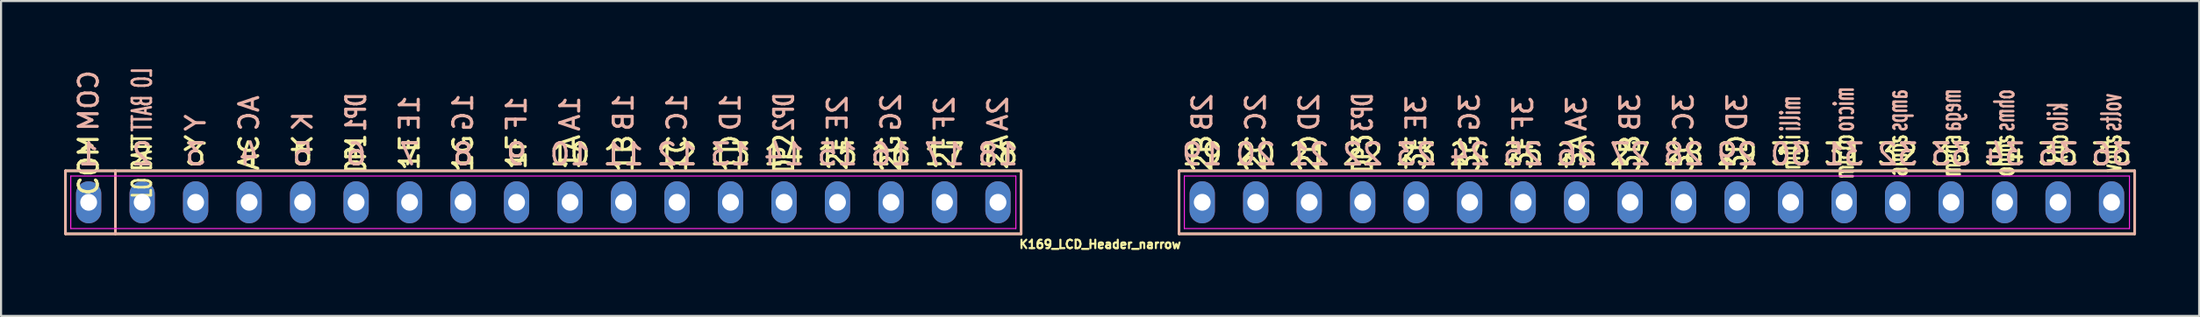
<source format=kicad_pcb>
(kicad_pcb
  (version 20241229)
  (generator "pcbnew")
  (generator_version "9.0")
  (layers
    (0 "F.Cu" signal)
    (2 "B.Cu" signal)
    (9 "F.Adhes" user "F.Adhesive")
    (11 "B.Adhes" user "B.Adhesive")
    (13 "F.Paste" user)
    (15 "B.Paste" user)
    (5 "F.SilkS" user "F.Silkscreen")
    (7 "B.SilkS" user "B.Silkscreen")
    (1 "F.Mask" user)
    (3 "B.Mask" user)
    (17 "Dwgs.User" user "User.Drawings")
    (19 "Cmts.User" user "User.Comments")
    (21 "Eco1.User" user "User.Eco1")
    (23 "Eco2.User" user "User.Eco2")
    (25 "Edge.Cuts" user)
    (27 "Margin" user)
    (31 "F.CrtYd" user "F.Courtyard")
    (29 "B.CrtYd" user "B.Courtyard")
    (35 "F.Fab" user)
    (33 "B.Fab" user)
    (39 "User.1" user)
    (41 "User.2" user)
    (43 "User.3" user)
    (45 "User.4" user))
  (footprint "K169_LCD_Header_narrow"
    (layer "F.Cu")
    (at 49.19 6.577)
    (property "Reference" "K169_LCD_Header_narrow" (at 0 2 0) (layer "F.SilkS") (effects (font (size 0.4 0.4) (thickness 0.1))))
    (attr through_hole)
    (fp_line (start -49.13 -1.5) (end -3.75 -1.5) (stroke (width 0.12) (type solid)) (layer "F.SilkS"))
    (fp_line (start -49.13 1.5) (end -49.13 -1.5) (stroke (width 0.12) (type solid)) (layer "F.SilkS"))
    (fp_line (start -46.76 -1.5) (end -46.76 1.5) (stroke (width 0.12) (type solid)) (layer "F.SilkS"))
    (fp_line (start -3.75 -1.5) (end -3.75 1.5) (stroke (width 0.12) (type solid)) (layer "F.SilkS"))
    (fp_line (start -3.75 1.5) (end -49.13 1.5) (stroke (width 0.12) (type solid)) (layer "F.SilkS"))
    (fp_line (start 3.75 -1.5) (end 3.75 1.5) (stroke (width 0.12) (type solid)) (layer "F.SilkS"))
    (fp_line (start 3.75 -1.5) (end 49.13 -1.5) (stroke (width 0.12) (type solid)) (layer "F.SilkS"))
    (fp_line (start 49.13 -1.5) (end 49.13 1.5) (stroke (width 0.12) (type solid)) (layer "F.SilkS"))
    (fp_line (start 49.13 1.5) (end 3.75 1.5) (stroke (width 0.12) (type solid)) (layer "F.SilkS"))
    (fp_line (start -49.13 -1.5) (end -49.13 1.5) (stroke (width 0.12) (type solid)) (layer "B.SilkS"))
    (fp_line (start -49.13 1.5) (end -3.75 1.5) (stroke (width 0.12) (type solid)) (layer "B.SilkS"))
    (fp_line (start -46.76 1.5) (end -46.76 -1.5) (stroke (width 0.12) (type solid)) (layer "B.SilkS"))
    (fp_line (start -3.75 -1.5) (end -49.13 -1.5) (stroke (width 0.12) (type solid)) (layer "B.SilkS"))
    (fp_line (start -3.75 1.5) (end -3.75 -1.5) (stroke (width 0.12) (type solid)) (layer "B.SilkS"))
    (fp_line (start 3.75 1.5) (end 3.75 -1.5) (stroke (width 0.12) (type solid)) (layer "B.SilkS"))
    (fp_line (start 3.75 1.5) (end 49.13 1.5) (stroke (width 0.12) (type solid)) (layer "B.SilkS"))
    (fp_line (start 49.13 -1.5) (end 3.75 -1.5) (stroke (width 0.12) (type solid)) (layer "B.SilkS"))
    (fp_line (start 49.13 1.5) (end 49.13 -1.5) (stroke (width 0.12) (type solid)) (layer "B.SilkS"))
    (fp_line (start -48.88 -1.25) (end -4 -1.25) (stroke (width 0.05) (type solid)) (layer "F.CrtYd"))
    (fp_line (start -48.88 1.25) (end -48.88 -1.25) (stroke (width 0.05) (type solid)) (layer "F.CrtYd"))
    (fp_line (start -4 -1.25) (end -4 1.25) (stroke (width 0.05) (type solid)) (layer "F.CrtYd"))
    (fp_line (start -4 1.25) (end -48.88 1.25) (stroke (width 0.05) (type solid)) (layer "F.CrtYd"))
    (fp_line (start 4 -1.25) (end 4 1.25) (stroke (width 0.05) (type solid)) (layer "F.CrtYd"))
    (fp_line (start 4 -1.25) (end 48.88 -1.25) (stroke (width 0.05) (type solid)) (layer "F.CrtYd"))
    (fp_line (start 48.88 -1.25) (end 48.88 1.25) (stroke (width 0.05) (type solid)) (layer "F.CrtYd"))
    (fp_line (start 48.88 1.25) (end 4 1.25) (stroke (width 0.05) (type solid)) (layer "F.CrtYd"))
    (fp_text user "micro" (at 35.33 -3.302 270) (layer "F.SilkS") (effects (font (size 0.9 0.5) (thickness 0.125)) (justify right)))
    (fp_text user "26" (at 22.63 -2.286 0) (layer "F.SilkS") (effects (font (size 1 1) (thickness 0.15))))
    (fp_text user "22" (at 12.47 -2.286 0) (layer "F.SilkS") (effects (font (size 1 1) (thickness 0.15))))
    (fp_text user "8" (at -30.25 -2.286 0) (layer "F.SilkS") (effects (font (size 1 1) (thickness 0.15))))
    (fp_text user "1F" (at -27.71 -3.302 270) (layer "F.SilkS") (effects (font (size 0.9 0.9) (thickness 0.15)) (justify right)))
    (fp_text user "2B" (at 4.85 -3.302 270) (layer "F.SilkS") (effects (font (size 0.9 0.9) (thickness 0.15)) (justify right)))
    (fp_text user "14" (at -15.01 -2.286 0) (layer "F.SilkS") (effects (font (size 1 1) (thickness 0.15))))
    (fp_text user "5" (at -37.87 -2.286 0) (layer "F.SilkS") (effects (font (size 1 1) (thickness 0.15))))
    (fp_text user "2F" (at -7.39 -3.302 270) (layer "F.SilkS") (effects (font (size 0.9 0.9) (thickness 0.15)) (justify right)))
    (fp_text user "32" (at 37.87 -2.286 0) (layer "F.SilkS") (effects (font (size 1 1) (thickness 0.15))))
    (fp_text user "2E" (at -12.47 -3.302 270) (layer "F.SilkS") (effects (font (size 0.9 0.9) (thickness 0.15)) (justify right)))
    (fp_text user "25" (at 20.09 -2.286 0) (layer "F.SilkS") (effects (font (size 1 1) (thickness 0.15))))
    (fp_text user "3" (at -42.95 -2.286 0) (layer "F.SilkS") (effects (font (size 1 1) (thickness 0.15))))
    (fp_text user "1E" (at -32.79 -3.302 270) (layer "F.SilkS") (effects (font (size 0.9 0.9) (thickness 0.15)) (justify right)))
    (fp_text user "3D" (at 30.25 -3.302 270) (layer "F.SilkS") (effects (font (size 0.9 0.9) (thickness 0.15)) (justify right)))
    (fp_text user "1B" (at -22.63 -3.302 270) (layer "F.SilkS") (effects (font (size 0.9 0.9) (thickness 0.15)) (justify right)))
    (fp_text user "mega" (at 40.41 -3.302 270) (layer "F.SilkS") (effects (font (size 0.9 0.5) (thickness 0.125)) (justify right)))
    (fp_text user "35" (at 45.49 -2.286 0) (layer "F.SilkS") (effects (font (size 1 1) (thickness 0.15))))
    (fp_text user "3A" (at 22.63 -3.302 270) (layer "F.SilkS") (effects (font (size 0.9 0.9) (thickness 0.15)) (justify right)))
    (fp_text user "16" (at -9.93 -2.286 0) (layer "F.SilkS") (effects (font (size 1 1) (thickness 0.15))))
    (fp_text user "9" (at -27.71 -2.286 0) (layer "F.SilkS") (effects (font (size 1 1) (thickness 0.15))))
    (fp_text user "33" (at 40.41 -2.286 0) (layer "F.SilkS") (effects (font (size 1 1) (thickness 0.15))))
    (fp_text user "17" (at -7.39 -2.286 0) (layer "F.SilkS") (effects (font (size 1 1) (thickness 0.15))))
    (fp_text user "24" (at 17.55 -2.286 0) (layer "F.SilkS") (effects (font (size 1 1) (thickness 0.15))))
    (fp_text user "3C" (at 27.71 -3.302 270) (layer "F.SilkS") (effects (font (size 0.9 0.9) (thickness 0.15)) (justify right)))
    (fp_text user "3G" (at 17.55 -3.302 270) (layer "F.SilkS") (effects (font (size 0.9 0.9) (thickness 0.15)) (justify right)))
    (fp_text user "1A" (at -25.17 -3.302 270) (layer "F.SilkS") (effects (font (size 0.9 0.9) (thickness 0.15)) (justify right)))
    (fp_text user "3E" (at 15.01 -3.302 270) (layer "F.SilkS") (effects (font (size 0.9 0.9) (thickness 0.15)) (justify right)))
    (fp_text user "11" (at -22.63 -2.286 0) (layer "F.SilkS") (effects (font (size 1 1) (thickness 0.15))))
    (fp_text user "15" (at -12.47 -2.286 0) (layer "F.SilkS") (effects (font (size 1 1) (thickness 0.15))))
    (fp_text user "28" (at 27.71 -2.286 0) (layer "F.SilkS") (effects (font (size 1 1) (thickness 0.15))))
    (fp_text user "12" (at -20.09 -2.286 0) (layer "F.SilkS") (effects (font (size 1 1) (thickness 0.15))))
    (fp_text user "2G" (at -9.93 -3.302 270) (layer "F.SilkS") (effects (font (size 0.9 0.9) (thickness 0.15)) (justify right)))
    (fp_text user "3F" (at 20.09 -3.302 270) (layer "F.SilkS") (effects (font (size 0.9 0.9) (thickness 0.15)) (justify right)))
    (fp_text user "ohms" (at 42.95 -3.302 270) (layer "F.SilkS") (effects (font (size 0.9 0.5) (thickness 0.125)) (justify right)))
    (fp_text user "1C" (at -20.09 -3.302 270) (layer "F.SilkS") (effects (font (size 0.9 0.9) (thickness 0.15)) (justify right)))
    (fp_text user "2D" (at 9.93 -3.302 270) (layer "F.SilkS") (effects (font (size 0.9 0.9) (thickness 0.15)) (justify right)))
    (fp_text user "milli" (at 32.79 -3.302 270) (layer "F.SilkS") (effects (font (size 0.9 0.5) (thickness 0.125)) (justify right)))
    (fp_text user "21" (at 9.93 -2.286 0) (layer "F.SilkS") (effects (font (size 1 1) (thickness 0.15))))
    (fp_text user "volts" (at 48.03 -3.302 270) (layer "F.SilkS") (effects (font (size 0.9 0.5) (thickness 0.125)) (justify right)))
    (fp_text user "29" (at 30.25 -2.286 0) (layer "F.SilkS") (effects (font (size 1 1) (thickness 0.15))))
    (fp_text user "6" (at -35.33 -2.286 0) (layer "F.SilkS") (effects (font (size 1 1) (thickness 0.15))))
    (fp_text user "K" (at -37.87 -3.302 270) (layer "F.SilkS") (effects (font (size 0.9 0.9) (thickness 0.15)) (justify right)))
    (fp_text user "31" (at 35.33 -2.286 0) (layer "F.SilkS") (effects (font (size 1 1) (thickness 0.15))))
    (fp_text user "36" (at 48.03 -2.286 0) (layer "F.SilkS") (effects (font (size 1 1) (thickness 0.15))))
    (fp_text user "3B" (at 25.17 -3.302 270) (layer "F.SilkS") (effects (font (size 0.9 0.9) (thickness 0.15)) (justify right)))
    (fp_text user "1" (at -48.03 -2.286 0) (layer "F.SilkS") (effects (font (size 1 1) (thickness 0.15))))
    (fp_text user "27" (at 25.17 -2.286 0) (layer "F.SilkS") (effects (font (size 1 1) (thickness 0.15))))
    (fp_text user "34" (at 42.95 -2.286 0) (layer "F.SilkS") (effects (font (size 1 1) (thickness 0.15))))
    (fp_text user "13" (at -17.55 -2.286 0) (layer "F.SilkS") (effects (font (size 1 1) (thickness 0.15))))
    (fp_text user "Y" (at -42.95 -3.302 270) (layer "F.SilkS") (effects (font (size 0.9 0.9) (thickness 0.15)) (justify right)))
    (fp_text user "7" (at -32.79 -2.286 0) (layer "F.SilkS") (effects (font (size 1 1) (thickness 0.15))))
    (fp_text user "AC" (at -40.41 -3.302 270) (layer "F.SilkS") (effects (font (size 0.9 0.9) (thickness 0.15)) (justify right)))
    (fp_text user "LO BATT" (at -45.49 -3.302 270) (layer "F.SilkS") (effects (font (size 0.9 0.5) (thickness 0.125)) (justify right)))
    (fp_text user "2" (at -45.49 -2.286 0) (layer "F.SilkS") (effects (font (size 1 1) (thickness 0.15))))
    (fp_text user "4" (at -40.41 -2.286 0) (layer "F.SilkS") (effects (font (size 1 1) (thickness 0.15))))
    (fp_text user "kilo" (at 45.49 -3.302 270) (layer "F.SilkS") (effects (font (size 0.9 0.5) (thickness 0.125)) (justify right)))
    (fp_text user "amps" (at 37.87 -3.302 270) (layer "F.SilkS") (effects (font (size 0.9 0.5) (thickness 0.125)) (justify right)))
    (fp_text user "COM" (at -48.03 -3.302 270) (layer "F.SilkS") (effects (font (size 0.9 0.9) (thickness 0.15)) (justify right)))
    (fp_text user "1D" (at -17.55 -3.302 270) (layer "F.SilkS") (effects (font (size 0.9 0.9) (thickness 0.15)) (justify right)))
    (fp_text user "2C" (at 7.39 -3.302 270) (layer "F.SilkS") (effects (font (size 0.9 0.9) (thickness 0.15)) (justify right)))
    (fp_text user "18" (at -4.85 -2.286 0) (layer "F.SilkS") (effects (font (size 1 1) (thickness 0.15))))
    (fp_text user "DP3" (at 12.47 -3.302 270) (layer "F.SilkS") (effects (font (size 0.9 0.6) (thickness 0.15)) (justify right)))
    (fp_text user "2A" (at -4.85 -3.302 270) (layer "F.SilkS") (effects (font (size 0.9 0.9) (thickness 0.15)) (justify right)))
    (fp_text user "1G" (at -30.25 -3.302 270) (layer "F.SilkS") (effects (font (size 0.9 0.9) (thickness 0.15)) (justify right)))
    (fp_text user "DP2" (at -15.01 -3.302 270) (layer "F.SilkS") (effects (font (size 0.9 0.6) (thickness 0.15)) (justify right)))
    (fp_text user "10" (at -25.17 -2.286 0) (layer "F.SilkS") (effects (font (size 1 1) (thickness 0.15))))
    (fp_text user "20" (at 7.39 -2.286 0) (layer "F.SilkS") (effects (font (size 1 1) (thickness 0.15))))
    (fp_text user "23" (at 15.01 -2.286 0) (layer "F.SilkS") (effects (font (size 1 1) (thickness 0.15))))
    (fp_text user "19" (at 4.85 -2.286 0) (layer "F.SilkS") (effects (font (size 1 1) (thickness 0.15))))
    (fp_text user "30" (at 32.79 -2.286 0) (layer "F.SilkS") (effects (font (size 1 1) (thickness 0.15))))
    (fp_text user "DP1" (at -35.33 -3.302 270) (layer "F.SilkS") (effects (font (size 0.9 0.6) (thickness 0.15)) (justify right)))
    (fp_text user "15" (at -12.47 -2.286 0) (layer "B.SilkS") (effects (font (size 1 1) (thickness 0.15)) (justify mirror)))
    (fp_text user "3C" (at 27.71 -3.302 90) (layer "B.SilkS") (effects (font (size 0.9 0.9) (thickness 0.15)) (justify right mirror)))
    (fp_text user "COM" (at -48.03 -3.302 90) (layer "B.SilkS") (effects (font (size 0.9 0.9) (thickness 0.15)) (justify right mirror)))
    (fp_text user "19" (at 4.85 -2.286 0) (layer "B.SilkS") (effects (font (size 1 1) (thickness 0.15)) (justify mirror)))
    (fp_text user "DP2" (at -15.01 -3.302 90) (layer "B.SilkS") (effects (font (size 0.9 0.6) (thickness 0.15)) (justify right mirror)))
    (fp_text user "milli" (at 32.79 -3.302 90) (layer "B.SilkS") (effects (font (size 0.9 0.5) (thickness 0.125)) (justify right mirror)))
    (fp_text user "kilo" (at 45.49 -3.302 90) (layer "B.SilkS") (effects (font (size 0.9 0.5) (thickness 0.125)) (justify right mirror)))
    (fp_text user "1" (at -48.03 -2.286 0) (layer "B.SilkS") (effects (font (size 1 1) (thickness 0.15)) (justify mirror)))
    (fp_text user "7" (at -32.79 -2.286 0) (layer "B.SilkS") (effects (font (size 1 1) (thickness 0.15)) (justify mirror)))
    (fp_text user "1F" (at -27.71 -3.302 90) (layer "B.SilkS") (effects (font (size 0.9 0.9) (thickness 0.15)) (justify right mirror)))
    (fp_text user "1B" (at -22.63 -3.302 90) (layer "B.SilkS") (effects (font (size 0.9 0.9) (thickness 0.15)) (justify right mirror)))
    (fp_text user "1A" (at -25.17 -3.302 90) (layer "B.SilkS") (effects (font (size 0.9 0.9) (thickness 0.15)) (justify right mirror)))
    (fp_text user "3G" (at 17.55 -3.302 90) (layer "B.SilkS") (effects (font (size 0.9 0.9) (thickness 0.15)) (justify right mirror)))
    (fp_text user "3D" (at 30.25 -3.302 90) (layer "B.SilkS") (effects (font (size 0.9 0.9) (thickness 0.15)) (justify right mirror)))
    (fp_text user "2C" (at 7.39 -3.302 90) (layer "B.SilkS") (effects (font (size 0.9 0.9) (thickness 0.15)) (justify right mirror)))
    (fp_text user "12" (at -20.09 -2.286 0) (layer "B.SilkS") (effects (font (size 1 1) (thickness 0.15)) (justify mirror)))
    (fp_text user "volts" (at 48.03 -3.302 90) (layer "B.SilkS") (effects (font (size 0.9 0.5) (thickness 0.125)) (justify right mirror)))
    (fp_text user "22" (at 12.47 -2.286 0) (layer "B.SilkS") (effects (font (size 1 1) (thickness 0.15)) (justify mirror)))
    (fp_text user "28" (at 27.71 -2.286 0) (layer "B.SilkS") (effects (font (size 1 1) (thickness 0.15)) (justify mirror)))
    (fp_text user "16" (at -9.93 -2.286 0) (layer "B.SilkS") (effects (font (size 1 1) (thickness 0.15)) (justify mirror)))
    (fp_text user "17" (at -7.39 -2.286 0) (layer "B.SilkS") (effects (font (size 1 1) (thickness 0.15)) (justify mirror)))
    (fp_text user "3E" (at 15.01 -3.302 90) (layer "B.SilkS") (effects (font (size 0.9 0.9) (thickness 0.15)) (justify right mirror)))
    (fp_text user "2B" (at 4.85 -3.302 90) (layer "B.SilkS") (effects (font (size 0.9 0.9) (thickness 0.15)) (justify right mirror)))
    (fp_text user "mega" (at 40.41 -3.302 90) (layer "B.SilkS") (effects (font (size 0.9 0.5) (thickness 0.125)) (justify right mirror)))
    (fp_text user "K" (at -37.87 -3.302 90) (layer "B.SilkS") (effects (font (size 0.9 0.9) (thickness 0.15)) (justify right mirror)))
    (fp_text user "14" (at -15.01 -2.286 0) (layer "B.SilkS") (effects (font (size 1 1) (thickness 0.15)) (justify mirror)))
    (fp_text user "18" (at -4.85 -2.286 0) (layer "B.SilkS") (effects (font (size 1 1) (thickness 0.15)) (justify mirror)))
    (fp_text user "35" (at 45.49 -2.286 0) (layer "B.SilkS") (effects (font (size 1 1) (thickness 0.15)) (justify mirror)))
    (fp_text user "2F" (at -7.39 -3.302 90) (layer "B.SilkS") (effects (font (size 0.9 0.9) (thickness 0.15)) (justify right mirror)))
    (fp_text user "26" (at 22.63 -2.286 0) (layer "B.SilkS") (effects (font (size 1 1) (thickness 0.15)) (justify mirror)))
    (fp_text user "9" (at -27.71 -2.286 0) (layer "B.SilkS") (effects (font (size 1 1) (thickness 0.15)) (justify mirror)))
    (fp_text user "3" (at -42.95 -2.286 0) (layer "B.SilkS") (effects (font (size 1 1) (thickness 0.15)) (justify mirror)))
    (fp_text user "3F" (at 20.09 -3.302 90) (layer "B.SilkS") (effects (font (size 0.9 0.9) (thickness 0.15)) (justify right mirror)))
    (fp_text user "11" (at -22.63 -2.286 0) (layer "B.SilkS") (effects (font (size 1 1) (thickness 0.15)) (justify mirror)))
    (fp_text user "amps" (at 37.87 -3.302 90) (layer "B.SilkS") (effects (font (size 0.9 0.5) (thickness 0.125)) (justify right mirror)))
    (fp_text user "DP3" (at 12.47 -3.302 90) (layer "B.SilkS") (effects (font (size 0.9 0.6) (thickness 0.15)) (justify right mirror)))
    (fp_text user "4" (at -40.41 -2.286 0) (layer "B.SilkS") (effects (font (size 1 1) (thickness 0.15)) (justify mirror)))
    (fp_text user "1G" (at -30.25 -3.302 90) (layer "B.SilkS") (effects (font (size 0.9 0.9) (thickness 0.15)) (justify right mirror)))
    (fp_text user "2D" (at 9.93 -3.302 90) (layer "B.SilkS") (effects (font (size 0.9 0.9) (thickness 0.15)) (justify right mirror)))
    (fp_text user "23" (at 15.01 -2.286 0) (layer "B.SilkS") (effects (font (size 1 1) (thickness 0.15)) (justify mirror)))
    (fp_text user "20" (at 7.39 -2.286 0) (layer "B.SilkS") (effects (font (size 1 1) (thickness 0.15)) (justify mirror)))
    (fp_text user "AC" (at -40.41 -3.302 90) (layer "B.SilkS") (effects (font (size 0.9 0.9) (thickness 0.15)) (justify right mirror)))
    (fp_text user "29" (at 30.25 -2.286 0) (layer "B.SilkS") (effects (font (size 1 1) (thickness 0.15)) (justify mirror)))
    (fp_text user "6" (at -35.33 -2.286 0) (layer "B.SilkS") (effects (font (size 1 1) (thickness 0.15)) (justify mirror)))
    (fp_text user "2A" (at -4.85 -3.302 90) (layer "B.SilkS") (effects (font (size 0.9 0.9) (thickness 0.15)) (justify right mirror)))
    (fp_text user "3A" (at 22.63 -3.302 90) (layer "B.SilkS") (effects (font (size 0.9 0.9) (thickness 0.15)) (justify right mirror)))
    (fp_text user "DP1" (at -35.33 -3.302 90) (layer "B.SilkS") (effects (font (size 0.9 0.6) (thickness 0.15)) (justify right mirror)))
    (fp_text user "2" (at -45.49 -2.286 0) (layer "B.SilkS") (effects (font (size 1 1) (thickness 0.15)) (justify mirror)))
    (fp_text user "1E" (at -32.79 -3.302 90) (layer "B.SilkS") (effects (font (size 0.9 0.9) (thickness 0.15)) (justify right mirror)))
    (fp_text user "30" (at 32.79 -2.286 0) (layer "B.SilkS") (effects (font (size 1 1) (thickness 0.15)) (justify mirror)))
    (fp_text user "27" (at 25.17 -2.286 0) (layer "B.SilkS") (effects (font (size 1 1) (thickness 0.15)) (justify mirror)))
    (fp_text user "2G" (at -9.93 -3.302 90) (layer "B.SilkS") (effects (font (size 0.9 0.9) (thickness 0.15)) (justify right mirror)))
    (fp_text user "micro" (at 35.33 -3.302 90) (layer "B.SilkS") (effects (font (size 0.9 0.5) (thickness 0.125)) (justify right mirror)))
    (fp_text user "33" (at 40.41 -2.286 0) (layer "B.SilkS") (effects (font (size 1 1) (thickness 0.15)) (justify mirror)))
    (fp_text user "31" (at 35.33 -2.286 0) (layer "B.SilkS") (effects (font (size 1 1) (thickness 0.15)) (justify mirror)))
    (fp_text user "8" (at -30.25 -2.286 0) (layer "B.SilkS") (effects (font (size 1 1) (thickness 0.15)) (justify mirror)))
    (fp_text user "5" (at -37.87 -2.286 0) (layer "B.SilkS") (effects (font (size 1 1) (thickness 0.15)) (justify mirror)))
    (fp_text user "32" (at 37.87 -2.286 0) (layer "B.SilkS") (effects (font (size 1 1) (thickness 0.15)) (justify mirror)))
    (fp_text user "36" (at 48.03 -2.286 0) (layer "B.SilkS") (effects (font (size 1 1) (thickness 0.15)) (justify mirror)))
    (fp_text user "25" (at 20.09 -2.286 0) (layer "B.SilkS") (effects (font (size 1 1) (thickness 0.15)) (justify mirror)))
    (fp_text user "2E" (at -12.47 -3.302 90) (layer "B.SilkS") (effects (font (size 0.9 0.9) (thickness 0.15)) (justify right mirror)))
    (fp_text user "Y" (at -42.95 -3.302 90) (layer "B.SilkS") (effects (font (size 0.9 0.9) (thickness 0.15)) (justify right mirror)))
    (fp_text user "34" (at 42.95 -2.286 0) (layer "B.SilkS") (effects (font (size 1 1) (thickness 0.15)) (justify mirror)))
    (fp_text user "21" (at 9.93 -2.286 0) (layer "B.SilkS") (effects (font (size 1 1) (thickness 0.15)) (justify mirror)))
    (fp_text user "1D" (at -17.55 -3.302 90) (layer "B.SilkS") (effects (font (size 0.9 0.9) (thickness 0.15)) (justify right mirror)))
    (fp_text user "13" (at -17.55 -2.286 0) (layer "B.SilkS") (effects (font (size 1 1) (thickness 0.15)) (justify mirror)))
    (fp_text user "ohms" (at 42.95 -3.302 90) (layer "B.SilkS") (effects (font (size 0.9 0.5) (thickness 0.125)) (justify right mirror)))
    (fp_text user "1C" (at -20.09 -3.302 90) (layer "B.SilkS") (effects (font (size 0.9 0.9) (thickness 0.15)) (justify right mirror)))
    (fp_text user "LO BATT" (at -45.49 -3.302 90) (layer "B.SilkS") (effects (font (size 0.9 0.5) (thickness 0.125)) (justify right mirror)))
    (fp_text user "10" (at -25.17 -2.286 0) (layer "B.SilkS") (effects (font (size 1 1) (thickness 0.15)) (justify mirror)))
    (fp_text user "3B" (at 25.17 -3.302 90) (layer "B.SilkS") (effects (font (size 0.9 0.9) (thickness 0.15)) (justify right mirror)))
    (fp_text user "24" (at 17.55 -2.286 0) (layer "B.SilkS") (effects (font (size 1 1) (thickness 0.15)) (justify mirror)))
    (pad "1" thru_hole oval (at -48.03 0) (size 1.2 2) (drill 0.8) (layers "*.Cu" "*.Mask"))
    (pad "2" thru_hole oval (at -45.49 0) (size 1.2 2) (drill 0.8) (layers "*.Cu" "*.Mask"))
    (pad "3" thru_hole oval (at -42.95 0) (size 1.2 2) (drill 0.8) (layers "*.Cu" "*.Mask"))
    (pad "4" thru_hole oval (at -40.41 0) (size 1.2 2) (drill 0.8) (layers "*.Cu" "*.Mask"))
    (pad "5" thru_hole oval (at -37.87 0) (size 1.2 2) (drill 0.8) (layers "*.Cu" "*.Mask"))
    (pad "6" thru_hole oval (at -35.33 0) (size 1.2 2) (drill 0.8) (layers "*.Cu" "*.Mask"))
    (pad "7" thru_hole oval (at -32.79 0) (size 1.2 2) (drill 0.8) (layers "*.Cu" "*.Mask"))
    (pad "8" thru_hole oval (at -30.25 0) (size 1.2 2) (drill 0.8) (layers "*.Cu" "*.Mask"))
    (pad "9" thru_hole oval (at -27.71 0) (size 1.2 2) (drill 0.8) (layers "*.Cu" "*.Mask"))
    (pad "10" thru_hole oval (at -25.17 0) (size 1.2 2) (drill 0.8) (layers "*.Cu" "*.Mask"))
    (pad "11" thru_hole oval (at -22.63 0) (size 1.2 2) (drill 0.8) (layers "*.Cu" "*.Mask"))
    (pad "12" thru_hole oval (at -20.09 0) (size 1.2 2) (drill 0.8) (layers "*.Cu" "*.Mask"))
    (pad "13" thru_hole oval (at -17.55 0) (size 1.2 2) (drill 0.8) (layers "*.Cu" "*.Mask"))
    (pad "14" thru_hole oval (at -15.01 0) (size 1.2 2) (drill 0.8) (layers "*.Cu" "*.Mask"))
    (pad "15" thru_hole oval (at -12.47 0) (size 1.2 2) (drill 0.8) (layers "*.Cu" "*.Mask"))
    (pad "16" thru_hole oval (at -9.93 0) (size 1.2 2) (drill 0.8) (layers "*.Cu" "*.Mask"))
    (pad "17" thru_hole oval (at -7.39 0) (size 1.2 2) (drill 0.8) (layers "*.Cu" "*.Mask"))
    (pad "18" thru_hole oval (at -4.85 0) (size 1.2 2) (drill 0.8) (layers "*.Cu" "*.Mask"))
    (pad "19" thru_hole oval (at 4.85 0) (size 1.2 2) (drill 0.8) (layers "*.Cu" "*.Mask"))
    (pad "20" thru_hole oval (at 7.39 0) (size 1.2 2) (drill 0.8) (layers "*.Cu" "*.Mask"))
    (pad "21" thru_hole oval (at 9.93 0) (size 1.2 2) (drill 0.8) (layers "*.Cu" "*.Mask"))
    (pad "22" thru_hole oval (at 12.47 0) (size 1.2 2) (drill 0.8) (layers "*.Cu" "*.Mask"))
    (pad "23" thru_hole oval (at 15.01 0) (size 1.2 2) (drill 0.8) (layers "*.Cu" "*.Mask"))
    (pad "24" thru_hole oval (at 17.55 0) (size 1.2 2) (drill 0.8) (layers "*.Cu" "*.Mask"))
    (pad "25" thru_hole oval (at 20.09 0) (size 1.2 2) (drill 0.8) (layers "*.Cu" "*.Mask"))
    (pad "26" thru_hole oval (at 22.63 0) (size 1.2 2) (drill 0.8) (layers "*.Cu" "*.Mask"))
    (pad "27" thru_hole oval (at 25.17 0) (size 1.2 2) (drill 0.8) (layers "*.Cu" "*.Mask"))
    (pad "28" thru_hole oval (at 27.71 0) (size 1.2 2) (drill 0.8) (layers "*.Cu" "*.Mask"))
    (pad "29" thru_hole oval (at 30.25 0) (size 1.2 2) (drill 0.8) (layers "*.Cu" "*.Mask"))
    (pad "30" thru_hole oval (at 32.79 0) (size 1.2 2) (drill 0.8) (layers "*.Cu" "*.Mask"))
    (pad "31" thru_hole oval (at 35.33 0) (size 1.2 2) (drill 0.8) (layers "*.Cu" "*.Mask"))
    (pad "32" thru_hole oval (at 37.87 0) (size 1.2 2) (drill 0.8) (layers "*.Cu" "*.Mask"))
    (pad "33" thru_hole oval (at 40.41 0) (size 1.2 2) (drill 0.8) (layers "*.Cu" "*.Mask"))
    (pad "34" thru_hole oval (at 42.95 0) (size 1.2 2) (drill 0.8) (layers "*.Cu" "*.Mask"))
    (pad "35" thru_hole oval (at 45.49 0) (size 1.2 2) (drill 0.8) (layers "*.Cu" "*.Mask"))
    (pad "36" thru_hole oval (at 48.03 0) (size 1.2 2) (drill 0.8) (layers "*.Cu" "*.Mask")))
  (gr_rect
    (start -3 -3)
    (end 101.38 11.986)
    (stroke (width 0.1) (type default))
    (fill no)
    (layer "Edge.Cuts")))
</source>
